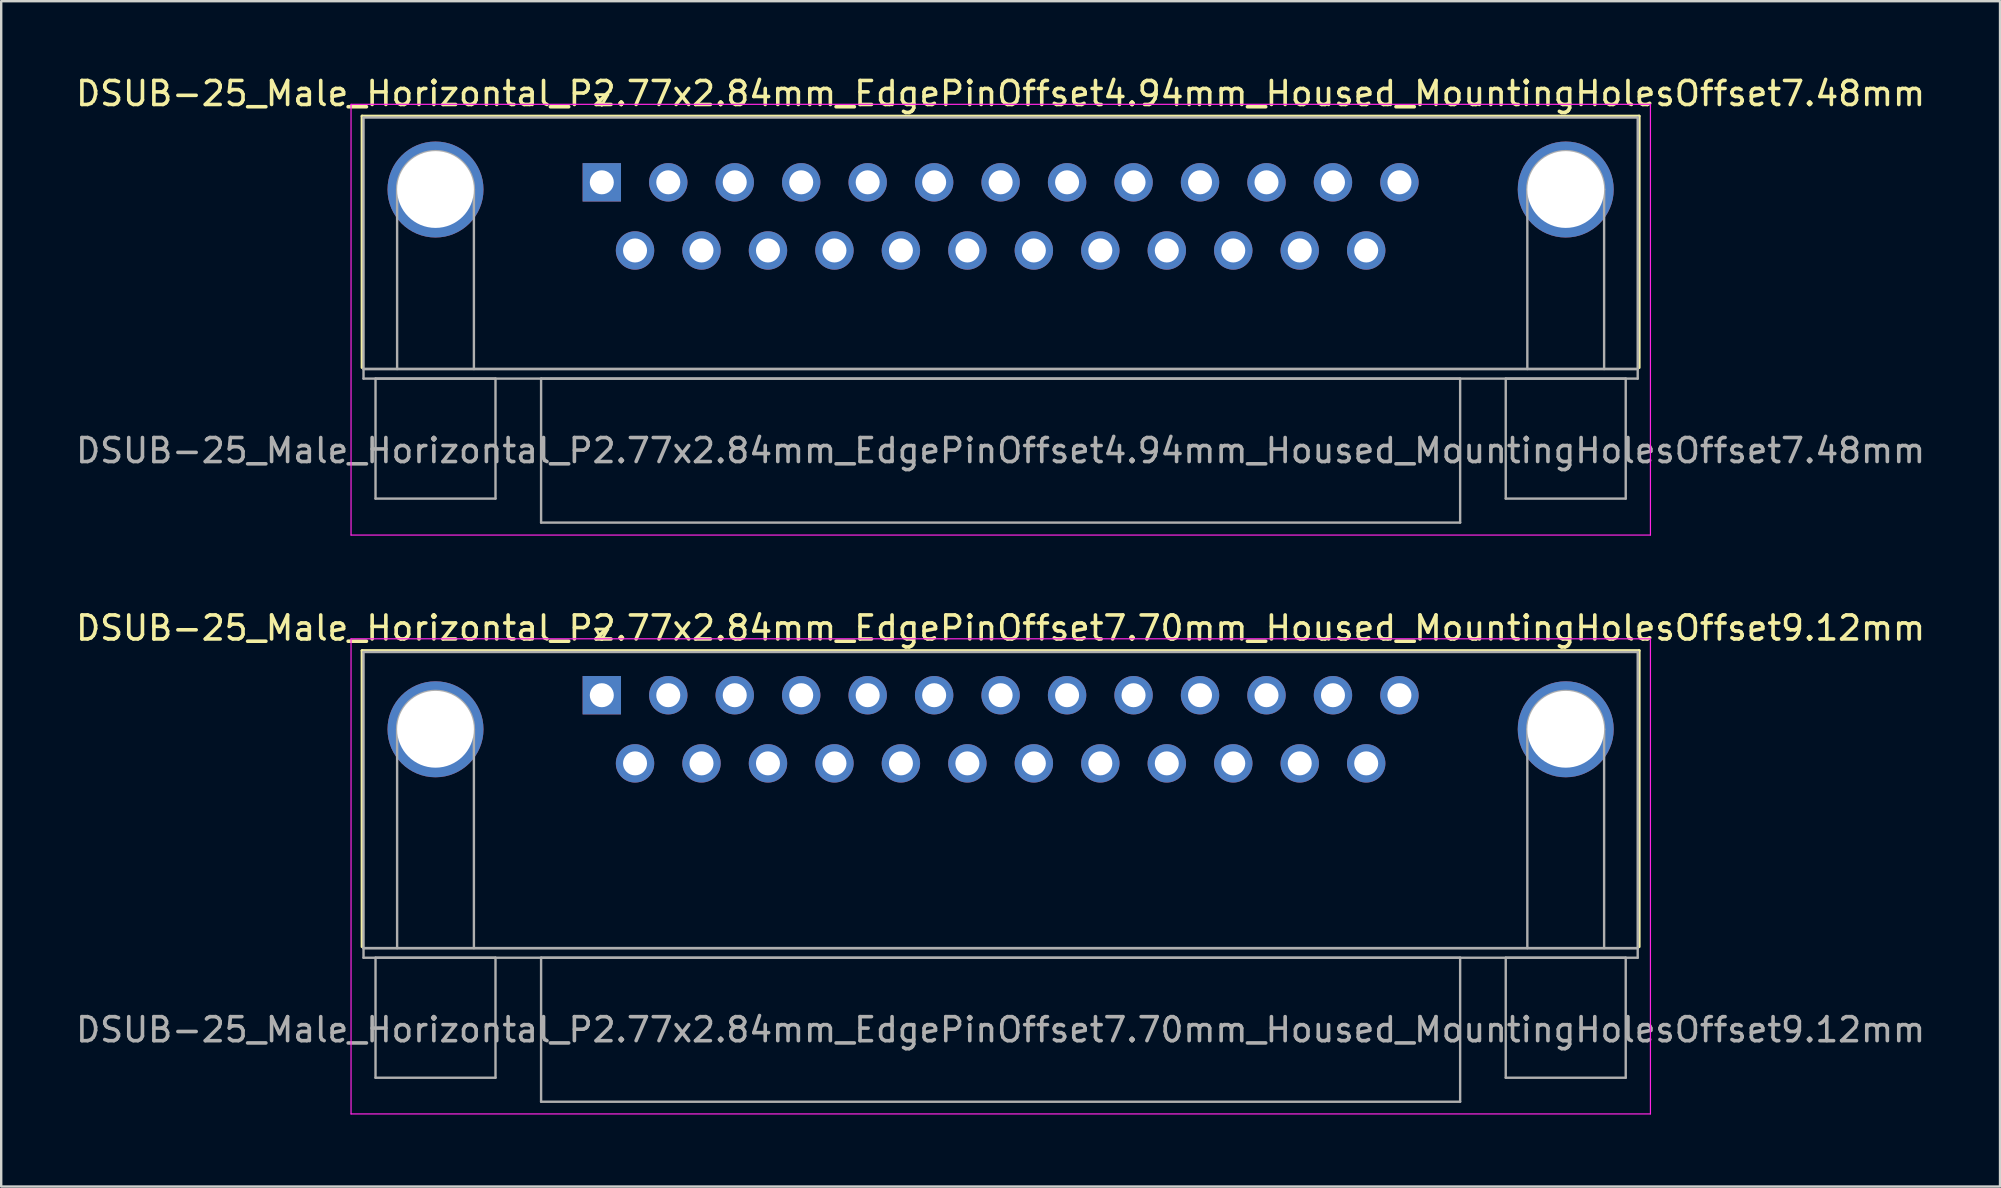
<source format=kicad_pcb>
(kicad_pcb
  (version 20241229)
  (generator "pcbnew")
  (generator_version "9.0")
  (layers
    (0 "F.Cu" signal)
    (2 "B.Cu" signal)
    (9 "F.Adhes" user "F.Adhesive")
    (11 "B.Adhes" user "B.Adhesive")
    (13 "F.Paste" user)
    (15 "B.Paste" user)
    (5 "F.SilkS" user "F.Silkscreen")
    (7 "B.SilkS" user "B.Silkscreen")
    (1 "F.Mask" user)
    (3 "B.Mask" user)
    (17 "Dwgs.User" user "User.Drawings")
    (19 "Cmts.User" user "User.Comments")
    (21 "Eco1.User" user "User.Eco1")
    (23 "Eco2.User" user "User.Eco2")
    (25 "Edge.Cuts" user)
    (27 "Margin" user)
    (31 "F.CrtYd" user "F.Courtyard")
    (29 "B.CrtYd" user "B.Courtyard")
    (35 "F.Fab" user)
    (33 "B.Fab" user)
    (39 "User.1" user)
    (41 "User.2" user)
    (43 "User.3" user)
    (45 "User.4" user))
  (footprint "DSUB-25_Male_Horizontal_P2.77x2.84mm_EdgePinOffset4.94mm_Housed_MountingHolesOffset7.48mm"
    (layer "F.Cu")
    (at 22.029 4.548)
    (property "Reference" "DSUB-25_Male_Horizontal_P2.77x2.84mm_EdgePinOffset4.94mm_Housed_MountingHolesOffset7.48mm" (at 16.62 -3.7 0) (layer "F.SilkS") (effects (font (size 1 1) (thickness 0.15))))
    (attr through_hole)
    (fp_line (start -9.99 -2.76) (end 43.23 -2.76) (stroke (width 0.12) (type solid)) (layer "F.SilkS"))
    (fp_line (start -9.99 7.72) (end -9.99 -2.76) (stroke (width 0.12) (type solid)) (layer "F.SilkS"))
    (fp_line (start -0.25 -3.654) (end 0.25 -3.654) (stroke (width 0.12) (type solid)) (layer "F.SilkS"))
    (fp_line (start 0 -3.221) (end -0.25 -3.654) (stroke (width 0.12) (type solid)) (layer "F.SilkS"))
    (fp_line (start 0.25 -3.654) (end 0 -3.221) (stroke (width 0.12) (type solid)) (layer "F.SilkS"))
    (fp_line (start 43.23 -2.76) (end 43.23 7.72) (stroke (width 0.12) (type solid)) (layer "F.SilkS"))
    (fp_line (start -10.45 -3.25) (end -10.45 14.7) (stroke (width 0.05) (type solid)) (layer "F.CrtYd"))
    (fp_line (start -10.45 14.7) (end 43.7 14.7) (stroke (width 0.05) (type solid)) (layer "F.CrtYd"))
    (fp_line (start 43.7 -3.25) (end -10.45 -3.25) (stroke (width 0.05) (type solid)) (layer "F.CrtYd"))
    (fp_line (start 43.7 14.7) (end 43.7 -3.25) (stroke (width 0.05) (type solid)) (layer "F.CrtYd"))
    (fp_line (start -9.93 -2.7) (end -9.93 7.78) (stroke (width 0.1) (type solid)) (layer "F.Fab"))
    (fp_line (start -9.93 7.78) (end -9.93 8.18) (stroke (width 0.1) (type solid)) (layer "F.Fab"))
    (fp_line (start -9.93 7.78) (end 43.17 7.78) (stroke (width 0.1) (type solid)) (layer "F.Fab"))
    (fp_line (start -9.93 8.18) (end 43.17 8.18) (stroke (width 0.1) (type solid)) (layer "F.Fab"))
    (fp_line (start -9.43 8.18) (end -9.43 13.18) (stroke (width 0.1) (type solid)) (layer "F.Fab"))
    (fp_line (start -9.43 13.18) (end -4.43 13.18) (stroke (width 0.1) (type solid)) (layer "F.Fab"))
    (fp_line (start -8.53 7.78) (end -8.53 0.3) (stroke (width 0.1) (type solid)) (layer "F.Fab"))
    (fp_line (start -5.33 7.78) (end -5.33 0.3) (stroke (width 0.1) (type solid)) (layer "F.Fab"))
    (fp_line (start -4.43 8.18) (end -9.43 8.18) (stroke (width 0.1) (type solid)) (layer "F.Fab"))
    (fp_line (start -4.43 13.18) (end -4.43 8.18) (stroke (width 0.1) (type solid)) (layer "F.Fab"))
    (fp_line (start -2.53 8.18) (end -2.53 14.18) (stroke (width 0.1) (type solid)) (layer "F.Fab"))
    (fp_line (start -2.53 14.18) (end 35.77 14.18) (stroke (width 0.1) (type solid)) (layer "F.Fab"))
    (fp_line (start 35.77 8.18) (end -2.53 8.18) (stroke (width 0.1) (type solid)) (layer "F.Fab"))
    (fp_line (start 35.77 14.18) (end 35.77 8.18) (stroke (width 0.1) (type solid)) (layer "F.Fab"))
    (fp_line (start 37.67 8.18) (end 37.67 13.18) (stroke (width 0.1) (type solid)) (layer "F.Fab"))
    (fp_line (start 37.67 13.18) (end 42.67 13.18) (stroke (width 0.1) (type solid)) (layer "F.Fab"))
    (fp_line (start 38.57 7.78) (end 38.57 0.3) (stroke (width 0.1) (type solid)) (layer "F.Fab"))
    (fp_line (start 41.77 7.78) (end 41.77 0.3) (stroke (width 0.1) (type solid)) (layer "F.Fab"))
    (fp_line (start 42.67 8.18) (end 37.67 8.18) (stroke (width 0.1) (type solid)) (layer "F.Fab"))
    (fp_line (start 42.67 13.18) (end 42.67 8.18) (stroke (width 0.1) (type solid)) (layer "F.Fab"))
    (fp_line (start 43.17 -2.7) (end -9.93 -2.7) (stroke (width 0.1) (type solid)) (layer "F.Fab"))
    (fp_line (start 43.17 7.78) (end -9.93 7.78) (stroke (width 0.1) (type solid)) (layer "F.Fab"))
    (fp_line (start 43.17 7.78) (end 43.17 -2.7) (stroke (width 0.1) (type solid)) (layer "F.Fab"))
    (fp_line (start 43.17 8.18) (end 43.17 7.78) (stroke (width 0.1) (type solid)) (layer "F.Fab"))
    (fp_arc (start -8.53 0.3) (mid -6.93 -1.3) (end -5.33 0.3) (stroke (width 0.1) (type solid)) (layer "F.Fab"))
    (fp_arc (start 38.57 0.3) (mid 40.17 -1.3) (end 41.77 0.3) (stroke (width 0.1) (type solid)) (layer "F.Fab"))
    (fp_text user "${REFERENCE}" (at 16.62 11.18 0) (layer "F.Fab") (effects (font (size 1 1) (thickness 0.15))))
    (pad "0" thru_hole circle (at -6.93 0.3) (size 4 4) (drill 3.2) (layers "*.Cu" "*.Mask"))
    (pad "0" thru_hole circle (at 40.17 0.3) (size 4 4) (drill 3.2) (layers "*.Cu" "*.Mask"))
    (pad "1" thru_hole rect (at 0 0) (size 1.6 1.6) (drill 1) (layers "*.Cu" "*.Mask"))
    (pad "2" thru_hole circle (at 2.77 0) (size 1.6 1.6) (drill 1) (layers "*.Cu" "*.Mask"))
    (pad "3" thru_hole circle (at 5.54 0) (size 1.6 1.6) (drill 1) (layers "*.Cu" "*.Mask"))
    (pad "4" thru_hole circle (at 8.31 0) (size 1.6 1.6) (drill 1) (layers "*.Cu" "*.Mask"))
    (pad "5" thru_hole circle (at 11.08 0) (size 1.6 1.6) (drill 1) (layers "*.Cu" "*.Mask"))
    (pad "6" thru_hole circle (at 13.85 0) (size 1.6 1.6) (drill 1) (layers "*.Cu" "*.Mask"))
    (pad "7" thru_hole circle (at 16.62 0) (size 1.6 1.6) (drill 1) (layers "*.Cu" "*.Mask"))
    (pad "8" thru_hole circle (at 19.39 0) (size 1.6 1.6) (drill 1) (layers "*.Cu" "*.Mask"))
    (pad "9" thru_hole circle (at 22.16 0) (size 1.6 1.6) (drill 1) (layers "*.Cu" "*.Mask"))
    (pad "10" thru_hole circle (at 24.93 0) (size 1.6 1.6) (drill 1) (layers "*.Cu" "*.Mask"))
    (pad "11" thru_hole circle (at 27.7 0) (size 1.6 1.6) (drill 1) (layers "*.Cu" "*.Mask"))
    (pad "12" thru_hole circle (at 30.47 0) (size 1.6 1.6) (drill 1) (layers "*.Cu" "*.Mask"))
    (pad "13" thru_hole circle (at 33.24 0) (size 1.6 1.6) (drill 1) (layers "*.Cu" "*.Mask"))
    (pad "14" thru_hole circle (at 1.385 2.84) (size 1.6 1.6) (drill 1) (layers "*.Cu" "*.Mask"))
    (pad "15" thru_hole circle (at 4.155 2.84) (size 1.6 1.6) (drill 1) (layers "*.Cu" "*.Mask"))
    (pad "16" thru_hole circle (at 6.925 2.84) (size 1.6 1.6) (drill 1) (layers "*.Cu" "*.Mask"))
    (pad "17" thru_hole circle (at 9.695 2.84) (size 1.6 1.6) (drill 1) (layers "*.Cu" "*.Mask"))
    (pad "18" thru_hole circle (at 12.465 2.84) (size 1.6 1.6) (drill 1) (layers "*.Cu" "*.Mask"))
    (pad "19" thru_hole circle (at 15.235 2.84) (size 1.6 1.6) (drill 1) (layers "*.Cu" "*.Mask"))
    (pad "20" thru_hole circle (at 18.005 2.84) (size 1.6 1.6) (drill 1) (layers "*.Cu" "*.Mask"))
    (pad "21" thru_hole circle (at 20.775 2.84) (size 1.6 1.6) (drill 1) (layers "*.Cu" "*.Mask"))
    (pad "22" thru_hole circle (at 23.545 2.84) (size 1.6 1.6) (drill 1) (layers "*.Cu" "*.Mask"))
    (pad "23" thru_hole circle (at 26.315 2.84) (size 1.6 1.6) (drill 1) (layers "*.Cu" "*.Mask"))
    (pad "24" thru_hole circle (at 29.085 2.84) (size 1.6 1.6) (drill 1) (layers "*.Cu" "*.Mask"))
    (pad "25" thru_hole circle (at 31.855 2.84) (size 1.6 1.6) (drill 1) (layers "*.Cu" "*.Mask")))
  (footprint "DSUB-25_Male_Horizontal_P2.77x2.84mm_EdgePinOffset7.70mm_Housed_MountingHolesOffset9.12mm"
    (layer "F.Cu")
    (at 22.029 25.922)
    (property "Reference" "DSUB-25_Male_Horizontal_P2.77x2.84mm_EdgePinOffset7.70mm_Housed_MountingHolesOffset9.12mm" (at 16.62 -2.8 0) (layer "F.SilkS") (effects (font (size 1 1) (thickness 0.15))))
    (attr through_hole)
    (fp_line (start -9.99 -1.86) (end 43.23 -1.86) (stroke (width 0.12) (type solid)) (layer "F.SilkS"))
    (fp_line (start -9.99 10.48) (end -9.99 -1.86) (stroke (width 0.12) (type solid)) (layer "F.SilkS"))
    (fp_line (start -0.25 -2.754) (end 0.25 -2.754) (stroke (width 0.12) (type solid)) (layer "F.SilkS"))
    (fp_line (start 0 -2.321) (end -0.25 -2.754) (stroke (width 0.12) (type solid)) (layer "F.SilkS"))
    (fp_line (start 0.25 -2.754) (end 0 -2.321) (stroke (width 0.12) (type solid)) (layer "F.SilkS"))
    (fp_line (start 43.23 -1.86) (end 43.23 10.48) (stroke (width 0.12) (type solid)) (layer "F.SilkS"))
    (fp_line (start -10.45 -2.35) (end -10.45 17.45) (stroke (width 0.05) (type solid)) (layer "F.CrtYd"))
    (fp_line (start -10.45 17.45) (end 43.7 17.45) (stroke (width 0.05) (type solid)) (layer "F.CrtYd"))
    (fp_line (start 43.7 -2.35) (end -10.45 -2.35) (stroke (width 0.05) (type solid)) (layer "F.CrtYd"))
    (fp_line (start 43.7 17.45) (end 43.7 -2.35) (stroke (width 0.05) (type solid)) (layer "F.CrtYd"))
    (fp_line (start -9.93 -1.8) (end -9.93 10.54) (stroke (width 0.1) (type solid)) (layer "F.Fab"))
    (fp_line (start -9.93 10.54) (end -9.93 10.94) (stroke (width 0.1) (type solid)) (layer "F.Fab"))
    (fp_line (start -9.93 10.54) (end 43.17 10.54) (stroke (width 0.1) (type solid)) (layer "F.Fab"))
    (fp_line (start -9.93 10.94) (end 43.17 10.94) (stroke (width 0.1) (type solid)) (layer "F.Fab"))
    (fp_line (start -9.43 10.94) (end -9.43 15.94) (stroke (width 0.1) (type solid)) (layer "F.Fab"))
    (fp_line (start -9.43 15.94) (end -4.43 15.94) (stroke (width 0.1) (type solid)) (layer "F.Fab"))
    (fp_line (start -8.53 10.54) (end -8.53 1.42) (stroke (width 0.1) (type solid)) (layer "F.Fab"))
    (fp_line (start -5.33 10.54) (end -5.33 1.42) (stroke (width 0.1) (type solid)) (layer "F.Fab"))
    (fp_line (start -4.43 10.94) (end -9.43 10.94) (stroke (width 0.1) (type solid)) (layer "F.Fab"))
    (fp_line (start -4.43 15.94) (end -4.43 10.94) (stroke (width 0.1) (type solid)) (layer "F.Fab"))
    (fp_line (start -2.53 10.94) (end -2.53 16.94) (stroke (width 0.1) (type solid)) (layer "F.Fab"))
    (fp_line (start -2.53 16.94) (end 35.77 16.94) (stroke (width 0.1) (type solid)) (layer "F.Fab"))
    (fp_line (start 35.77 10.94) (end -2.53 10.94) (stroke (width 0.1) (type solid)) (layer "F.Fab"))
    (fp_line (start 35.77 16.94) (end 35.77 10.94) (stroke (width 0.1) (type solid)) (layer "F.Fab"))
    (fp_line (start 37.67 10.94) (end 37.67 15.94) (stroke (width 0.1) (type solid)) (layer "F.Fab"))
    (fp_line (start 37.67 15.94) (end 42.67 15.94) (stroke (width 0.1) (type solid)) (layer "F.Fab"))
    (fp_line (start 38.57 10.54) (end 38.57 1.42) (stroke (width 0.1) (type solid)) (layer "F.Fab"))
    (fp_line (start 41.77 10.54) (end 41.77 1.42) (stroke (width 0.1) (type solid)) (layer "F.Fab"))
    (fp_line (start 42.67 10.94) (end 37.67 10.94) (stroke (width 0.1) (type solid)) (layer "F.Fab"))
    (fp_line (start 42.67 15.94) (end 42.67 10.94) (stroke (width 0.1) (type solid)) (layer "F.Fab"))
    (fp_line (start 43.17 -1.8) (end -9.93 -1.8) (stroke (width 0.1) (type solid)) (layer "F.Fab"))
    (fp_line (start 43.17 10.54) (end -9.93 10.54) (stroke (width 0.1) (type solid)) (layer "F.Fab"))
    (fp_line (start 43.17 10.54) (end 43.17 -1.8) (stroke (width 0.1) (type solid)) (layer "F.Fab"))
    (fp_line (start 43.17 10.94) (end 43.17 10.54) (stroke (width 0.1) (type solid)) (layer "F.Fab"))
    (fp_arc (start -8.53 1.42) (mid -6.93 -0.18) (end -5.33 1.42) (stroke (width 0.1) (type solid)) (layer "F.Fab"))
    (fp_arc (start 38.57 1.42) (mid 40.17 -0.18) (end 41.77 1.42) (stroke (width 0.1) (type solid)) (layer "F.Fab"))
    (fp_text user "${REFERENCE}" (at 16.62 13.94 0) (layer "F.Fab") (effects (font (size 1 1) (thickness 0.15))))
    (pad "0" thru_hole circle (at -6.93 1.42) (size 4 4) (drill 3.2) (layers "*.Cu" "*.Mask"))
    (pad "0" thru_hole circle (at 40.17 1.42) (size 4 4) (drill 3.2) (layers "*.Cu" "*.Mask"))
    (pad "1" thru_hole rect (at 0 0) (size 1.6 1.6) (drill 1) (layers "*.Cu" "*.Mask"))
    (pad "2" thru_hole circle (at 2.77 0) (size 1.6 1.6) (drill 1) (layers "*.Cu" "*.Mask"))
    (pad "3" thru_hole circle (at 5.54 0) (size 1.6 1.6) (drill 1) (layers "*.Cu" "*.Mask"))
    (pad "4" thru_hole circle (at 8.31 0) (size 1.6 1.6) (drill 1) (layers "*.Cu" "*.Mask"))
    (pad "5" thru_hole circle (at 11.08 0) (size 1.6 1.6) (drill 1) (layers "*.Cu" "*.Mask"))
    (pad "6" thru_hole circle (at 13.85 0) (size 1.6 1.6) (drill 1) (layers "*.Cu" "*.Mask"))
    (pad "7" thru_hole circle (at 16.62 0) (size 1.6 1.6) (drill 1) (layers "*.Cu" "*.Mask"))
    (pad "8" thru_hole circle (at 19.39 0) (size 1.6 1.6) (drill 1) (layers "*.Cu" "*.Mask"))
    (pad "9" thru_hole circle (at 22.16 0) (size 1.6 1.6) (drill 1) (layers "*.Cu" "*.Mask"))
    (pad "10" thru_hole circle (at 24.93 0) (size 1.6 1.6) (drill 1) (layers "*.Cu" "*.Mask"))
    (pad "11" thru_hole circle (at 27.7 0) (size 1.6 1.6) (drill 1) (layers "*.Cu" "*.Mask"))
    (pad "12" thru_hole circle (at 30.47 0) (size 1.6 1.6) (drill 1) (layers "*.Cu" "*.Mask"))
    (pad "13" thru_hole circle (at 33.24 0) (size 1.6 1.6) (drill 1) (layers "*.Cu" "*.Mask"))
    (pad "14" thru_hole circle (at 1.385 2.84) (size 1.6 1.6) (drill 1) (layers "*.Cu" "*.Mask"))
    (pad "15" thru_hole circle (at 4.155 2.84) (size 1.6 1.6) (drill 1) (layers "*.Cu" "*.Mask"))
    (pad "16" thru_hole circle (at 6.925 2.84) (size 1.6 1.6) (drill 1) (layers "*.Cu" "*.Mask"))
    (pad "17" thru_hole circle (at 9.695 2.84) (size 1.6 1.6) (drill 1) (layers "*.Cu" "*.Mask"))
    (pad "18" thru_hole circle (at 12.465 2.84) (size 1.6 1.6) (drill 1) (layers "*.Cu" "*.Mask"))
    (pad "19" thru_hole circle (at 15.235 2.84) (size 1.6 1.6) (drill 1) (layers "*.Cu" "*.Mask"))
    (pad "20" thru_hole circle (at 18.005 2.84) (size 1.6 1.6) (drill 1) (layers "*.Cu" "*.Mask"))
    (pad "21" thru_hole circle (at 20.775 2.84) (size 1.6 1.6) (drill 1) (layers "*.Cu" "*.Mask"))
    (pad "22" thru_hole circle (at 23.545 2.84) (size 1.6 1.6) (drill 1) (layers "*.Cu" "*.Mask"))
    (pad "23" thru_hole circle (at 26.315 2.84) (size 1.6 1.6) (drill 1) (layers "*.Cu" "*.Mask"))
    (pad "24" thru_hole circle (at 29.085 2.84) (size 1.6 1.6) (drill 1) (layers "*.Cu" "*.Mask"))
    (pad "25" thru_hole circle (at 31.855 2.84) (size 1.6 1.6) (drill 1) (layers "*.Cu" "*.Mask")))
  (gr_rect
    (start -3 -3)
    (end 80.298 46.397)
    (stroke (width 0.1) (type default))
    (fill no)
    (layer "Edge.Cuts")))
</source>
